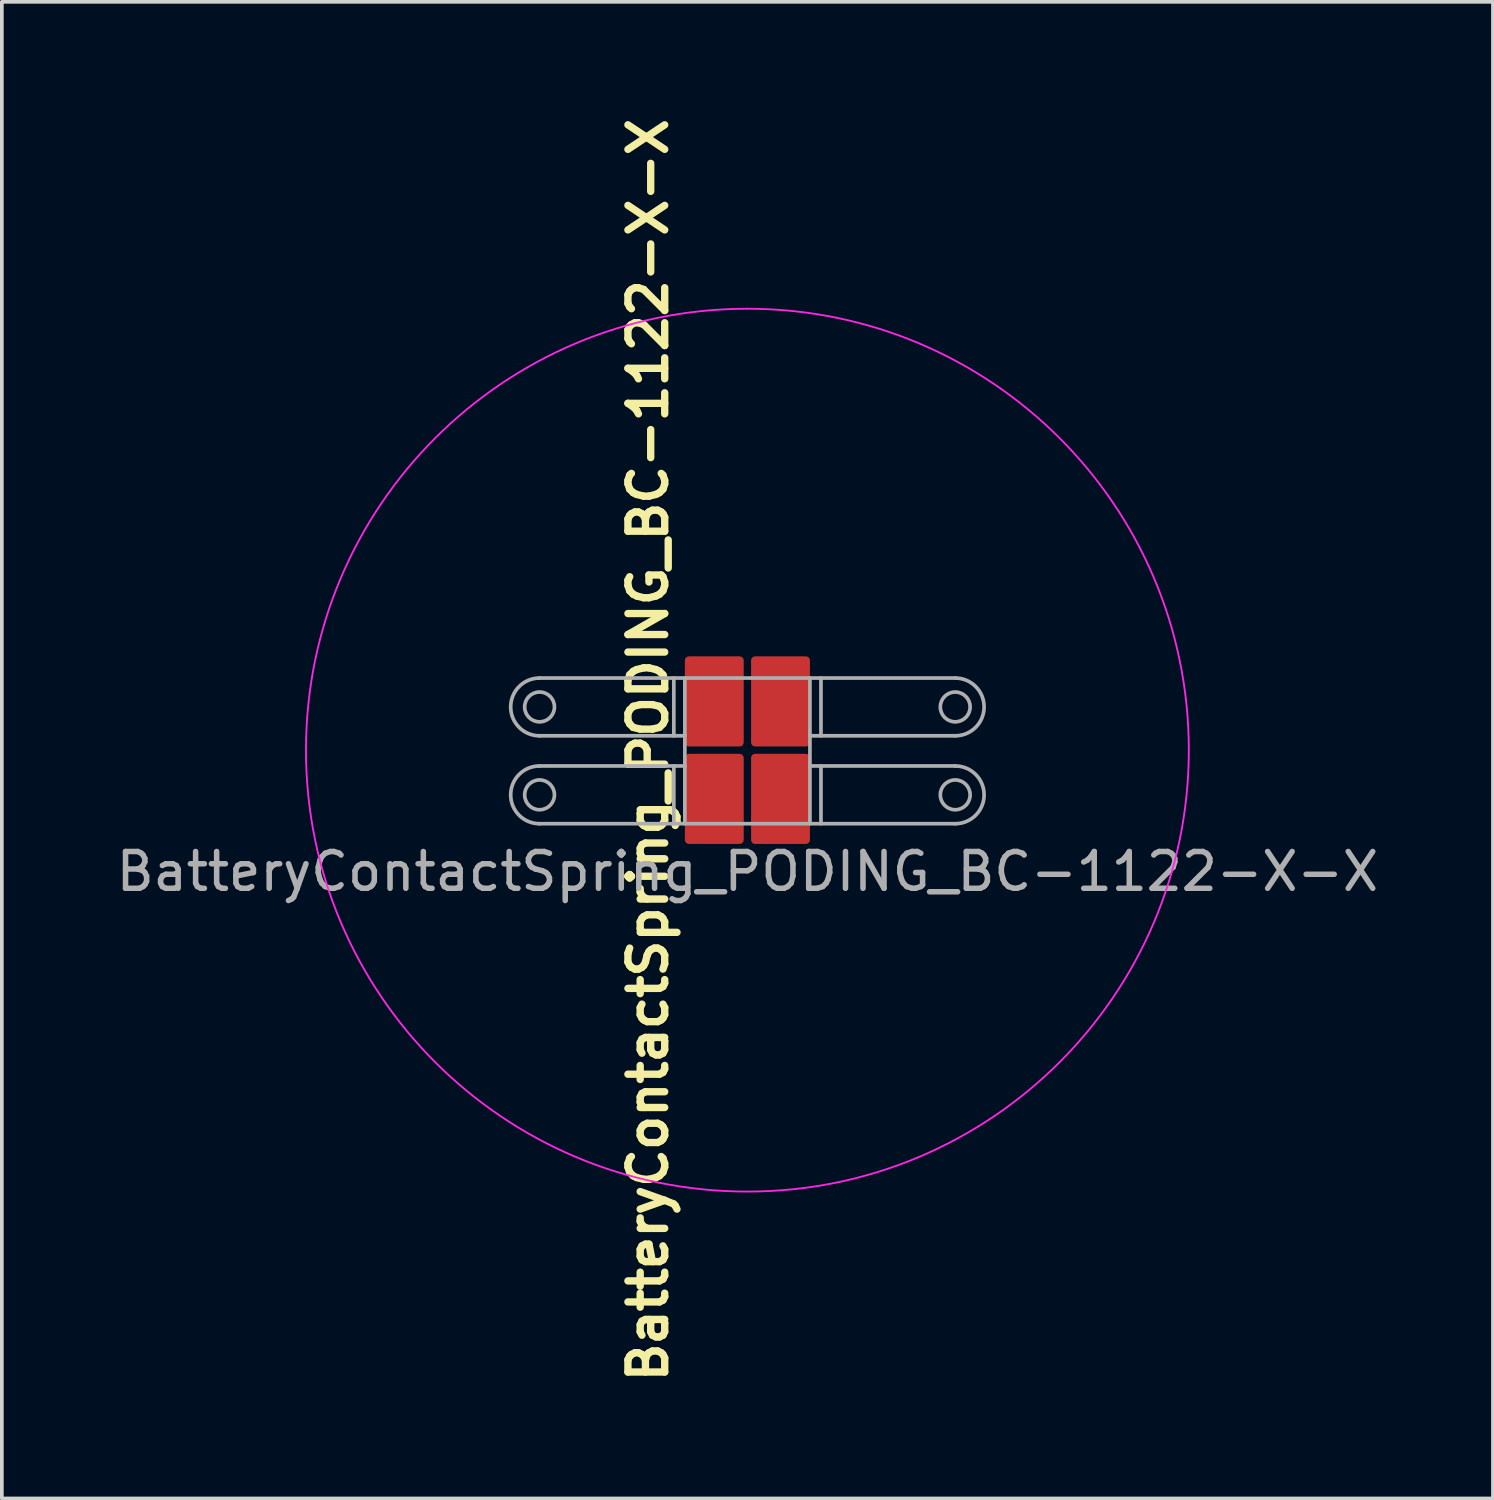
<source format=kicad_pcb>
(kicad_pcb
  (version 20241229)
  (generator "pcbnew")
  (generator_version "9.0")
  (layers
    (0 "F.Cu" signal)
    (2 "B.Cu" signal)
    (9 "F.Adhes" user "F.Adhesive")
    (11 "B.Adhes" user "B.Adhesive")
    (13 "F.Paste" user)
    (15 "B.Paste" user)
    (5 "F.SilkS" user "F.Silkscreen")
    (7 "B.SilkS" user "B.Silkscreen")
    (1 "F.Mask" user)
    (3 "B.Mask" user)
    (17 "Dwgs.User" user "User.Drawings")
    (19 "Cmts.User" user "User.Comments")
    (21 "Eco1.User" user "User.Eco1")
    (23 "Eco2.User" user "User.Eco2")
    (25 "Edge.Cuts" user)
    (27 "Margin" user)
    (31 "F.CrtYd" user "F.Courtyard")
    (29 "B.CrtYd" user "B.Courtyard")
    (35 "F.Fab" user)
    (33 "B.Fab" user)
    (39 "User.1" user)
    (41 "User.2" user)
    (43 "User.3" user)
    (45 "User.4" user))
  (footprint "BatteryContactSpring_PODING_BC-1122-X-X"
    (layer "F.Cu")
    (at 17.268 17.343)
    (property "Reference" "BatteryContactSpring_PODING_BC-1122-X-X" (at -2.7 0 90) (unlocked yes) (layer "F.SilkS") (effects (font (size 1 1) (thickness 0.2) (bold yes))))
    (attr smd)
    (fp_circle (center 0 0) (end 12 0) (stroke (width 0.05) (type default)) (fill no) (layer "F.CrtYd"))
    (fp_line (start -5.65 -1.96) (end 5.65 -1.96) (stroke (width 0.1) (type default)) (layer "F.Fab"))
    (fp_line (start -5.65 -0.39) (end -1.7 -0.39) (stroke (width 0.1) (type default)) (layer "F.Fab"))
    (fp_line (start -5.65 2) (end 5.65 2) (stroke (width 0.1) (type default)) (layer "F.Fab"))
    (fp_line (start -2 -0.39) (end -2 -1.96) (stroke (width 0.1) (type default)) (layer "F.Fab"))
    (fp_line (start -2 0.43) (end -2 2) (stroke (width 0.1) (type default)) (layer "F.Fab"))
    (fp_line (start -1.7 -0.39) (end -1.7 -1.96) (stroke (width 0.1) (type default)) (layer "F.Fab"))
    (fp_line (start -1.7 -0.39) (end -1.7 0.43) (stroke (width 0.1) (type default)) (layer "F.Fab"))
    (fp_line (start -1.7 0.43) (end -5.65 0.43) (stroke (width 0.1) (type default)) (layer "F.Fab"))
    (fp_line (start -1.7 0.43) (end -1.7 2) (stroke (width 0.1) (type default)) (layer "F.Fab"))
    (fp_line (start 1.7 -0.39) (end 1.7 -1.96) (stroke (width 0.1) (type default)) (layer "F.Fab"))
    (fp_line (start 1.7 -0.39) (end 1.7 0.43) (stroke (width 0.1) (type default)) (layer "F.Fab"))
    (fp_line (start 1.7 -0.39) (end 5.65 -0.39) (stroke (width 0.1) (type default)) (layer "F.Fab"))
    (fp_line (start 1.7 0.43) (end 1.7 2) (stroke (width 0.1) (type default)) (layer "F.Fab"))
    (fp_line (start 2 -0.39) (end 2 -1.96) (stroke (width 0.1) (type default)) (layer "F.Fab"))
    (fp_line (start 2 2) (end 2 0.43) (stroke (width 0.1) (type default)) (layer "F.Fab"))
    (fp_line (start 5.65 0.43) (end 1.7 0.43) (stroke (width 0.1) (type default)) (layer "F.Fab"))
    (fp_arc (start -5.65 -0.39) (mid -6.435 -1.175) (end -5.65 -1.96) (stroke (width 0.1) (type default)) (layer "F.Fab"))
    (fp_arc (start -5.65 2) (mid -6.435 1.215) (end -5.65 0.43) (stroke (width 0.1) (type default)) (layer "F.Fab"))
    (fp_arc (start 5.65 -1.96) (mid 6.435 -1.175) (end 5.65 -0.39) (stroke (width 0.1) (type default)) (layer "F.Fab"))
    (fp_arc (start 5.65 0.43) (mid 6.435 1.215) (end 5.65 2) (stroke (width 0.1) (type default)) (layer "F.Fab"))
    (fp_circle (center -5.65 -1.175) (end -5.65 -1.58) (stroke (width 0.1) (type default)) (fill no) (layer "F.Fab"))
    (fp_circle (center -5.65 1.215) (end -5.65 0.81) (stroke (width 0.1) (type default)) (fill no) (layer "F.Fab"))
    (fp_circle (center 5.65 -1.175) (end 5.65 -1.58) (stroke (width 0.1) (type default)) (fill no) (layer "F.Fab"))
    (fp_circle (center 5.65 1.215) (end 5.65 0.81) (stroke (width 0.1) (type default)) (fill no) (layer "F.Fab"))
    (fp_text user "${REFERENCE}" (at 0 3.3 0) (unlocked yes) (layer "F.Fab") (effects (font (size 1 1) (thickness 0.15))))
    (pad "1" smd roundrect (at -0.9 -1.325) (size 1.6 2.45) (layers "F.Cu" "F.Mask" "F.Paste") (roundrect_rratio 0.068))
    (pad "1" smd roundrect (at -0.9 1.325) (size 1.6 2.45) (layers "F.Cu" "F.Mask" "F.Paste") (roundrect_rratio 0.068))
    (pad "1" smd roundrect (at 0.9 -1.325) (size 1.6 2.45) (layers "F.Cu" "F.Mask" "F.Paste") (roundrect_rratio 0.068))
    (pad "1" smd roundrect (at 0.9 1.325) (size 1.6 2.45) (layers "F.Cu" "F.Mask" "F.Paste") (roundrect_rratio 0.068)))
  (gr_rect
    (start -3 -3)
    (end 37.536 37.686)
    (stroke (width 0.1) (type default))
    (fill no)
    (layer "Edge.Cuts")))
</source>
